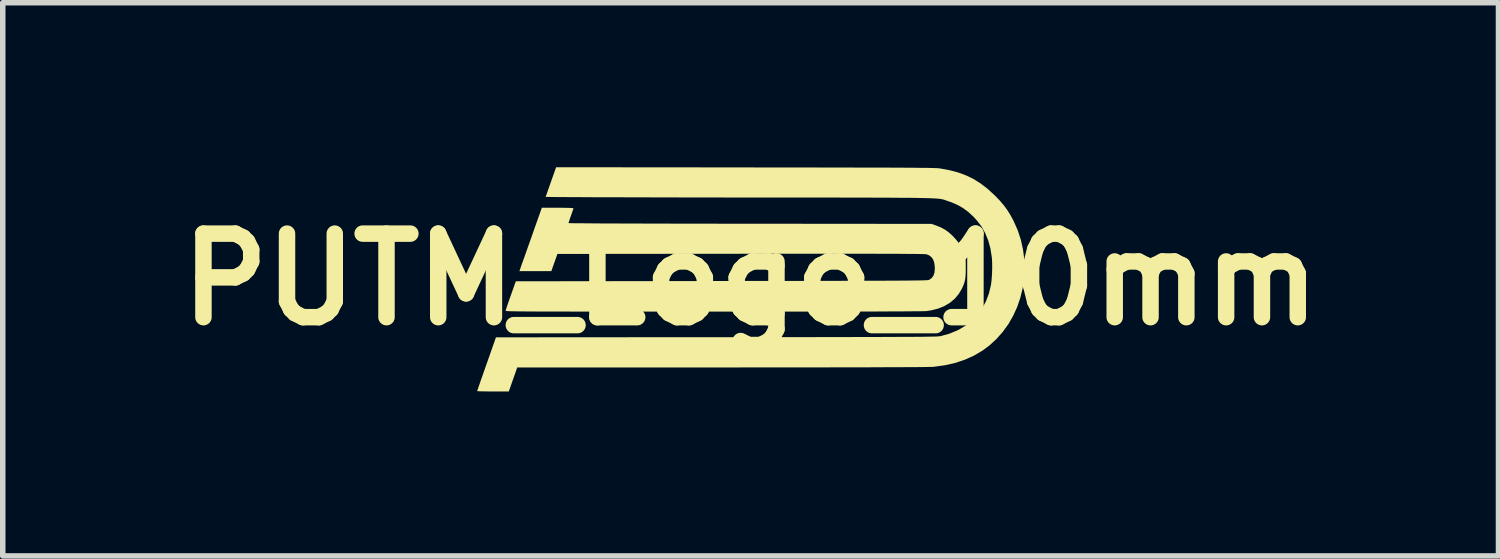
<source format=kicad_pcb>
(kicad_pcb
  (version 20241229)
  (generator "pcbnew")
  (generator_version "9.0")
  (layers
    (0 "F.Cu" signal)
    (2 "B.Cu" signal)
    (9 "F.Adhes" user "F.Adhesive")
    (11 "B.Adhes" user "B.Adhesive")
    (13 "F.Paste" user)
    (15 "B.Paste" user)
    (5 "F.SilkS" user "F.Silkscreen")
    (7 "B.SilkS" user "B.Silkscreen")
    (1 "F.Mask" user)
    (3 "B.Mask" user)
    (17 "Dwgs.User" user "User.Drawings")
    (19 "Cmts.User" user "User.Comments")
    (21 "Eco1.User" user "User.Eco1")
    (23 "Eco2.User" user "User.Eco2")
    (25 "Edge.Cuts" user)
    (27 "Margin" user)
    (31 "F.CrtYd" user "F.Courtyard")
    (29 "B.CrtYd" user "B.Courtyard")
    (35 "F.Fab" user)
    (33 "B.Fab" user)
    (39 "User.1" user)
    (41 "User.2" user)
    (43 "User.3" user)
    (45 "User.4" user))
  (footprint "PUTM_Logo_10mm"
    (layer "F.Cu")
    (at 10.639 2.045)
    (property "Reference" "PUTM_Logo_10mm" (at 0 0 0) (layer "F.SilkS") (effects (font (size 1.524 1.524) (thickness 0.3))))
    (attr board_only exclude_from_pos_files exclude_from_bom allow_missing_courtyard)
    (fp_poly (pts (xy -3.445 -1.306) (xy -3.379 -1.305) (xy -3.321 -1.304) (xy -3.276 -1.302) (xy -3.245 -1.3) (xy -3.232 -1.298) (xy -3.231 -1.298) (xy -3.234 -1.285) (xy -3.243 -1.258) (xy -3.256 -1.22) (xy -3.272 -1.174) (xy -3.276 -1.162) (xy -3.293 -1.115) (xy -3.306 -1.074) (xy -3.316 -1.044) (xy -3.321 -1.028) (xy -3.321 -1.027) (xy -3.311 -1.026) (xy -3.282 -1.025) (xy -3.233 -1.024) (xy -3.166 -1.023) (xy -3.081 -1.023) (xy -2.978 -1.022) (xy -2.857 -1.021) (xy -2.72 -1.02) (xy -2.566 -1.02) (xy -2.396 -1.019) (xy -2.211 -1.018) (xy -2.011 -1.018) (xy -1.796 -1.017) (xy -1.566 -1.017) (xy -1.323 -1.016) (xy -1.066 -1.016) (xy -0.797 -1.016) (xy -0.515 -1.015) (xy -0.22 -1.015) (xy -0.012 -1.015) (xy 3.296 -1.012) (xy 3.376 -0.985) (xy 3.471 -0.947) (xy 3.554 -0.901) (xy 3.631 -0.843) (xy 3.695 -0.783) (xy 3.767 -0.702) (xy 3.825 -0.62) (xy 3.87 -0.531) (xy 3.896 -0.464) (xy 3.906 -0.434) (xy 3.914 -0.408) (xy 3.919 -0.381) (xy 3.922 -0.351) (xy 3.923 -0.312) (xy 3.924 -0.26) (xy 3.924 -0.209) (xy 3.923 -0.128) (xy 3.92 -0.062) (xy 3.914 -0.007) (xy 3.903 0.042) (xy 3.888 0.089) (xy 3.867 0.139) (xy 3.856 0.165) (xy 3.797 0.264) (xy 3.724 0.352) (xy 3.636 0.426) (xy 3.535 0.486) (xy 3.42 0.533) (xy 3.293 0.565) (xy 3.208 0.578) (xy 3.19 0.579) (xy 3.157 0.58) (xy 3.107 0.581) (xy 3.041 0.582) (xy 2.958 0.582) (xy 2.859 0.583) (xy 2.743 0.584) (xy 2.609 0.584) (xy 2.458 0.585) (xy 2.289 0.586) (xy 2.103 0.586) (xy 1.898 0.587) (xy 1.676 0.587) (xy 1.435 0.587) (xy 1.175 0.588) (xy 0.897 0.588) (xy 0.6 0.588) (xy 0.283 0.588) (xy -0.053 0.588) (xy -0.409 0.588) (xy -0.678 0.588) (xy -1.005 0.588) (xy -1.313 0.588) (xy -1.602 0.588) (xy -1.873 0.588) (xy -2.127 0.588) (xy -2.363 0.588) (xy -2.583 0.588) (xy -2.787 0.588) (xy -2.976 0.588) (xy -3.15 0.588) (xy -3.311 0.587) (xy -3.457 0.587) (xy -3.591 0.587) (xy -3.713 0.587) (xy -3.822 0.586) (xy -3.921 0.586) (xy -4.009 0.585) (xy -4.087 0.585) (xy -4.156 0.584) (xy -4.216 0.584) (xy -4.268 0.583) (xy -4.313 0.582) (xy -4.35 0.582) (xy -4.381 0.581) (xy -4.406 0.58) (xy -4.426 0.579) (xy -4.441 0.578) (xy -4.452 0.577) (xy -4.459 0.575) (xy -4.464 0.574) (xy -4.466 0.573) (xy -4.467 0.571) (xy -4.467 0.571) (xy -4.464 0.557) (xy -4.454 0.527) (xy -4.44 0.484) (xy -4.422 0.43) (xy -4.4 0.367) (xy -4.376 0.299) (xy -4.374 0.294) (xy -4.282 0.035) (xy -0.528 0.03) (xy -0.202 0.029) (xy 0.105 0.029) (xy 0.393 0.029) (xy 0.663 0.028) (xy 0.915 0.028) (xy 1.15 0.027) (xy 1.369 0.027) (xy 1.572 0.027) (xy 1.76 0.026) (xy 1.934 0.026) (xy 2.093 0.025) (xy 2.239 0.025) (xy 2.372 0.025) (xy 2.493 0.024) (xy 2.602 0.024) (xy 2.7 0.023) (xy 2.788 0.022) (xy 2.866 0.022) (xy 2.935 0.021) (xy 2.995 0.02) (xy 3.047 0.02) (xy 3.092 0.019) (xy 3.13 0.018) (xy 3.161 0.017) (xy 3.187 0.016) (xy 3.208 0.015) (xy 3.224 0.014) (xy 3.236 0.013) (xy 3.245 0.011) (xy 3.252 0.01) (xy 3.256 0.009) (xy 3.257 0.008) (xy 3.303 -0.025) (xy 3.334 -0.068) (xy 3.353 -0.122) (xy 3.359 -0.19) (xy 3.359 -0.228) (xy 3.349 -0.304) (xy 3.328 -0.364) (xy 3.294 -0.41) (xy 3.247 -0.443) (xy 3.206 -0.458) (xy 3.197 -0.459) (xy 3.176 -0.46) (xy 3.145 -0.461) (xy 3.101 -0.462) (xy 3.045 -0.463) (xy 2.977 -0.464) (xy 2.895 -0.464) (xy 2.8 -0.465) (xy 2.69 -0.466) (xy 2.567 -0.466) (xy 2.428 -0.466) (xy 2.275 -0.467) (xy 2.105 -0.467) (xy 1.92 -0.467) (xy 1.718 -0.467) (xy 1.499 -0.467) (xy 1.262 -0.467) (xy 1.008 -0.467) (xy 0.735 -0.467) (xy 0.444 -0.467) (xy 0.134 -0.467) (xy -0.178 -0.467) (xy -3.523 -0.464) (xy -3.579 -0.307) (xy -3.634 -0.15) (xy -4.217 -0.15) (xy -4.204 -0.187) (xy -4.197 -0.206) (xy -4.185 -0.242) (xy -4.167 -0.292) (xy -4.145 -0.354) (xy -4.119 -0.425) (xy -4.091 -0.505) (xy -4.061 -0.59) (xy -4.03 -0.678) (xy -3.998 -0.767) (xy -3.967 -0.855) (xy -3.937 -0.941) (xy -3.909 -1.02) (xy -3.883 -1.093) (xy -3.861 -1.155) (xy -3.843 -1.206) (xy -3.83 -1.242) (xy -3.823 -1.262) (xy -3.822 -1.264) (xy -3.808 -1.306) (xy -3.519 -1.306)) (stroke (width 0) (type solid)) (fill yes) (layer "F.SilkS"))
    (fp_poly (pts (xy -0.095 -2.042) (xy 0.218 -2.041) (xy 0.513 -2.041) (xy 0.788 -2.041) (xy 1.046 -2.041) (xy 1.286 -2.04) (xy 1.509 -2.04) (xy 1.716 -2.04) (xy 1.908 -2.039) (xy 2.085 -2.039) (xy 2.247 -2.039) (xy 2.396 -2.038) (xy 2.532 -2.038) (xy 2.655 -2.037) (xy 2.767 -2.037) (xy 2.868 -2.036) (xy 2.958 -2.036) (xy 3.038 -2.035) (xy 3.109 -2.034) (xy 3.171 -2.034) (xy 3.225 -2.033) (xy 3.273 -2.032) (xy 3.313 -2.031) (xy 3.347 -2.03) (xy 3.376 -2.029) (xy 3.4 -2.028) (xy 3.42 -2.027) (xy 3.436 -2.025) (xy 3.449 -2.024) (xy 3.46 -2.022) (xy 3.461 -2.022) (xy 3.632 -1.99) (xy 3.787 -1.949) (xy 3.93 -1.896) (xy 4.063 -1.832) (xy 4.189 -1.753) (xy 4.312 -1.66) (xy 4.434 -1.549) (xy 4.458 -1.526) (xy 4.543 -1.438) (xy 4.614 -1.355) (xy 4.676 -1.272) (xy 4.732 -1.184) (xy 4.786 -1.085) (xy 4.797 -1.063) (xy 4.872 -0.894) (xy 4.929 -0.72) (xy 4.968 -0.543) (xy 4.991 -0.365) (xy 4.997 -0.186) (xy 4.987 -0.008) (xy 4.96 0.168) (xy 4.918 0.339) (xy 4.861 0.505) (xy 4.788 0.664) (xy 4.701 0.816) (xy 4.599 0.957) (xy 4.484 1.087) (xy 4.354 1.206) (xy 4.23 1.298) (xy 4.076 1.389) (xy 3.91 1.464) (xy 3.734 1.523) (xy 3.546 1.566) (xy 3.349 1.593) (xy 3.328 1.595) (xy 3.306 1.596) (xy 3.267 1.597) (xy 3.21 1.598) (xy 3.135 1.599) (xy 3.042 1.6) (xy 2.932 1.6) (xy 2.803 1.601) (xy 2.656 1.602) (xy 2.49 1.602) (xy 2.306 1.603) (xy 2.104 1.604) (xy 1.882 1.604) (xy 1.642 1.604) (xy 1.383 1.605) (xy 1.104 1.605) (xy 0.806 1.605) (xy 0.489 1.605) (xy 0.152 1.605) (xy -0.205 1.606) (xy -0.528 1.606) (xy -4.256 1.606) (xy -4.333 1.825) (xy -4.41 2.044) (xy -4.698 2.044) (xy -4.772 2.044) (xy -4.838 2.043) (xy -4.896 2.042) (xy -4.941 2.041) (xy -4.972 2.039) (xy -4.986 2.037) (xy -4.987 2.037) (xy -4.983 2.026) (xy -4.974 1.999) (xy -4.96 1.956) (xy -4.94 1.9) (xy -4.917 1.832) (xy -4.889 1.754) (xy -4.859 1.668) (xy -4.827 1.576) (xy -4.815 1.543) (xy -4.644 1.057) (xy -0.629 1.054) (xy -0.29 1.054) (xy 0.029 1.054) (xy 0.329 1.053) (xy 0.612 1.053) (xy 0.877 1.053) (xy 1.124 1.053) (xy 1.355 1.052) (xy 1.571 1.052) (xy 1.771 1.052) (xy 1.956 1.051) (xy 2.127 1.051) (xy 2.284 1.051) (xy 2.429 1.05) (xy 2.561 1.05) (xy 2.681 1.049) (xy 2.79 1.049) (xy 2.888 1.048) (xy 2.976 1.048) (xy 3.054 1.047) (xy 3.124 1.047) (xy 3.185 1.046) (xy 3.238 1.045) (xy 3.284 1.044) (xy 3.323 1.044) (xy 3.356 1.043) (xy 3.384 1.042) (xy 3.407 1.041) (xy 3.425 1.039) (xy 3.44 1.038) (xy 3.451 1.037) (xy 3.46 1.036) (xy 3.463 1.035) (xy 3.618 0.993) (xy 3.767 0.932) (xy 3.8 0.916) (xy 3.927 0.84) (xy 4.04 0.751) (xy 4.139 0.647) (xy 4.222 0.531) (xy 4.291 0.402) (xy 4.345 0.261) (xy 4.382 0.108) (xy 4.383 0.103) (xy 4.392 0.038) (xy 4.399 -0.042) (xy 4.404 -0.129) (xy 4.406 -0.219) (xy 4.405 -0.304) (xy 4.401 -0.379) (xy 4.398 -0.408) (xy 4.373 -0.566) (xy 4.333 -0.711) (xy 4.279 -0.843) (xy 4.211 -0.964) (xy 4.126 -1.075) (xy 4.069 -1.138) (xy 3.974 -1.226) (xy 3.878 -1.298) (xy 3.777 -1.356) (xy 3.667 -1.404) (xy 3.603 -1.426) (xy 3.586 -1.432) (xy 3.571 -1.437) (xy 3.557 -1.442) (xy 3.544 -1.447) (xy 3.532 -1.451) (xy 3.519 -1.455) (xy 3.504 -1.459) (xy 3.488 -1.462) (xy 3.469 -1.466) (xy 3.448 -1.469) (xy 3.422 -1.471) (xy 3.393 -1.474) (xy 3.358 -1.476) (xy 3.318 -1.478) (xy 3.272 -1.48) (xy 3.218 -1.482) (xy 3.158 -1.483) (xy 3.089 -1.484) (xy 3.012 -1.486) (xy 2.925 -1.487) (xy 2.828 -1.488) (xy 2.721 -1.488) (xy 2.602 -1.489) (xy 2.472 -1.49) (xy 2.329 -1.49) (xy 2.173 -1.491) (xy 2.003 -1.491) (xy 1.819 -1.491) (xy 1.62 -1.492) (xy 1.405 -1.492) (xy 1.174 -1.492) (xy 0.926 -1.492) (xy 0.66 -1.492) (xy 0.377 -1.493) (xy 0.074 -1.493) (xy -0.198 -1.493) (xy -0.462 -1.493) (xy -0.722 -1.494) (xy -0.975 -1.494) (xy -1.222 -1.494) (xy -1.462 -1.495) (xy -1.694 -1.495) (xy -1.917 -1.496) (xy -2.13 -1.496) (xy -2.334 -1.497) (xy -2.527 -1.497) (xy -2.708 -1.498) (xy -2.877 -1.498) (xy -3.033 -1.499) (xy -3.175 -1.5) (xy -3.303 -1.5) (xy -3.416 -1.501) (xy -3.513 -1.501) (xy -3.594 -1.502) (xy -3.657 -1.503) (xy -3.703 -1.503) (xy -3.73 -1.504) (xy -3.738 -1.505) (xy -3.734 -1.516) (xy -3.724 -1.543) (xy -3.709 -1.585) (xy -3.691 -1.638) (xy -3.669 -1.7) (xy -3.645 -1.768) (xy -3.641 -1.779) (xy -3.547 -2.045)) (stroke (width 0) (type solid)) (fill yes) (layer "F.SilkS")))
  (gr_rect
    (start -3 -3)
    (end 24.278 7.089)
    (stroke (width 0.1) (type default))
    (fill no)
    (layer "Edge.Cuts")))
</source>
